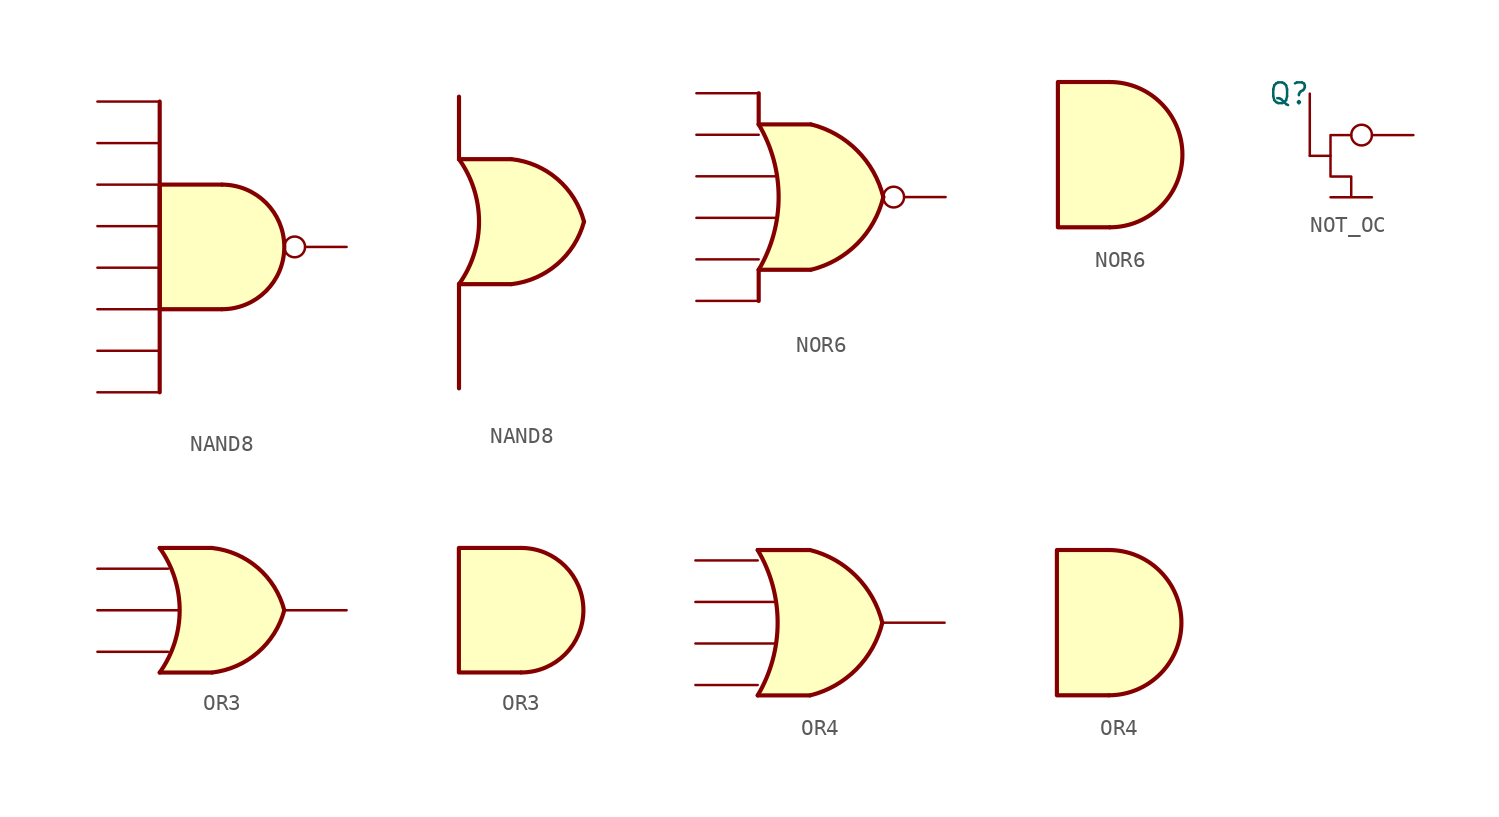
<source format=kicad_sym>
(kicad_symbol_lib
  (version 20211014)
  (generator kicad_symbol_editor)
  (symbol "NAND8"
    (pin_numbers hide)
    (pin_names
      (offset 1.016))
    (property "Reference" "NAND_"
      (at 0 0 0)
      (effects (font (size 1.27 1.27)) hide))
    (symbol "NAND8_1_1"
      (arc (start 0 -3.81) (mid 3.81 0) (end 0 3.81) (stroke (width 0.254) (type default) (color 0 0 0 0)) (fill (type background)))
      (polyline (pts (xy -3.81 8.89) (xy -3.81 -8.89)) (stroke (width 0.254) (type default) (color 0 0 0 0)) (fill (type none)))
      (polyline (pts (xy 0 3.81) (xy -3.81 3.81) (xy -3.81 -3.81) (xy 0 -3.81)) (stroke (width 0.254) (type default) (color 0 0 0 0)) (fill (type background)))
      (pin output inverted (at 7.62 0 180) (length 3.81) (name "~" (effects (font (size 1.27 1.27)))) (number "1" (effects (font (size 1.27 1.27)))))
      (pin input line (at -7.62 8.89 0) (length 3.81) (name "~" (effects (font (size 1.27 1.27)))) (number "2" (effects (font (size 1.27 1.27)))))
      (pin input line (at -7.62 6.35 0) (length 3.81) (name "~" (effects (font (size 1.27 1.27)))) (number "3" (effects (font (size 1.27 1.27)))))
      (pin input line (at -7.62 3.81 0) (length 3.81) (name "~" (effects (font (size 1.27 1.27)))) (number "4" (effects (font (size 1.27 1.27)))))
      (pin input line (at -7.62 1.27 0) (length 3.81) (name "~" (effects (font (size 1.27 1.27)))) (number "5" (effects (font (size 1.27 1.27)))))
      (pin input line (at -7.62 -1.27 0) (length 3.81) (name "~" (effects (font (size 1.27 1.27)))) (number "6" (effects (font (size 1.27 1.27)))))
      (pin input line (at -7.62 -3.81 0) (length 3.81) (name "~" (effects (font (size 1.27 1.27)))) (number "7" (effects (font (size 1.27 1.27)))))
      (pin input line (at -7.62 -6.35 0) (length 3.81) (name "~" (effects (font (size 1.27 1.27)))) (number "8" (effects (font (size 1.27 1.27)))))
      (pin input line (at -7.62 -8.89 0) (length 3.81) (name "~" (effects (font (size 1.27 1.27)))) (number "9" (effects (font (size 1.27 1.27))))))
    (symbol "NAND8_1_2"
      (arc (start -3.81 -3.81) (mid -2.589 0) (end -3.81 3.81) (stroke (width 0.254) (type default) (color 0 0 0 0)) (fill (type none)))
      (arc (start -0.6096 -3.81) (mid 2.1855 -2.584) (end 3.81 0) (stroke (width 0.254) (type default) (color 0 0 0 0)) (fill (type background)))
      (polyline (pts (xy -3.81 -3.81) (xy -3.81 -10.16)) (stroke (width 0.254) (type default) (color 0 0 0 0)) (fill (type none)))
      (polyline (pts (xy -3.81 -3.81) (xy -0.635 -3.81)) (stroke (width 0.254) (type default) (color 0 0 0 0)) (fill (type background)))
      (polyline (pts (xy -3.81 3.81) (xy -0.635 3.81)) (stroke (width 0.254) (type default) (color 0 0 0 0)) (fill (type background)))
      (polyline (pts (xy -3.81 7.62) (xy -3.81 3.81)) (stroke (width 0.254) (type default) (color 0 0 0 0)) (fill (type none)))
      (polyline (pts (xy -0.635 3.81) (xy -3.81 3.81) (xy -3.81 3.81) (xy -3.556 3.404) (xy -3.023 2.261) (xy -2.692 1.041) (xy -2.616 -0.254) (xy -2.769 -1.499) (xy -3.175 -2.718) (xy -3.81 -3.81) (xy -3.81 -3.81) (xy -0.635 -3.81)) (stroke (width -25.4) (type default) (color 0 0 0 0)) (fill (type background)))
      (arc (start 3.81 0) (mid 2.1928 2.5925) (end -0.6096 3.81) (stroke (width 0.254) (type default) (color 0 0 0 0)) (fill (type background)))))
  (symbol "NOR6"
    (pin_numbers hide)
    (pin_names
      (offset 1.016))
    (property "Reference" "NOR_"
      (at 0 0 0)
      (effects (font (size 1.27 1.27)) hide))
    (symbol "NOR6_0_1"
      (polyline (pts (xy -3.81 -6.35) (xy -3.81 -4.445)) (stroke (width 0.254) (type default) (color 0 0 0 0)) (fill (type none)))
      (polyline (pts (xy -3.81 4.445) (xy -3.81 6.35)) (stroke (width 0.254) (type default) (color 0 0 0 0)) (fill (type none))))
    (symbol "NOR6_1_1"
      (arc (start -3.81 -4.445) (mid -2.5908 0) (end -3.81 4.445) (stroke (width 0.254) (type default) (color 0 0 0 0)) (fill (type none)))
      (arc (start -0.6096 -4.445) (mid 2.224 -2.8428) (end 3.81 0) (stroke (width 0.254) (type default) (color 0 0 0 0)) (fill (type background)))
      (polyline (pts (xy -3.81 -4.445) (xy -0.635 -4.445)) (stroke (width 0.254) (type default) (color 0 0 0 0)) (fill (type background)))
      (polyline (pts (xy -3.81 4.445) (xy -0.635 4.445)) (stroke (width 0.254) (type default) (color 0 0 0 0)) (fill (type background)))
      (polyline (pts (xy -0.635 4.445) (xy -3.81 4.445) (xy -3.81 4.445) (xy -3.632 4.089) (xy -3.099 2.921) (xy -2.769 1.676) (xy -2.616 0.432) (xy -2.642 -0.864) (xy -2.87 -2.108) (xy -3.251 -3.327) (xy -3.81 -4.445) (xy -3.81 -4.445) (xy -0.635 -4.445)) (stroke (width -25.4) (type default) (color 0 0 0 0)) (fill (type background)))
      (arc (start 3.81 0) (mid 2.2198 2.8386) (end -0.6096 4.445) (stroke (width 0.254) (type default) (color 0 0 0 0)) (fill (type background)))
      (pin output inverted (at 7.62 0 180) (length 3.81) (name "~" (effects (font (size 1.27 1.27)))) (number "1" (effects (font (size 1.27 1.27)))))
      (pin input line (at -7.62 6.35 0) (length 3.81) (name "~" (effects (font (size 1.27 1.27)))) (number "2" (effects (font (size 1.27 1.27)))))
      (pin input line (at -7.62 3.81 0) (length 3.81) (name "~" (effects (font (size 1.27 1.27)))) (number "3" (effects (font (size 1.27 1.27)))))
      (pin input line (at -7.62 1.27 0) (length 4.826) (name "~" (effects (font (size 1.27 1.27)))) (number "4" (effects (font (size 1.27 1.27)))))
      (pin input line (at -7.62 -1.27 0) (length 4.826) (name "~" (effects (font (size 1.27 1.27)))) (number "5" (effects (font (size 1.27 1.27)))))
      (pin input line (at -7.62 -3.81 0) (length 3.81) (name "~" (effects (font (size 1.27 1.27)))) (number "6" (effects (font (size 1.27 1.27)))))
      (pin input line (at -7.62 -6.35 0) (length 3.81) (name "~" (effects (font (size 1.27 1.27)))) (number "7" (effects (font (size 1.27 1.27))))))
    (symbol "NOR6_1_2"
      (arc (start -0.635 -4.445) (mid 3.81 0) (end -0.635 4.445) (stroke (width 0.254) (type default) (color 0 0 0 0)) (fill (type background)))
      (polyline (pts (xy -0.635 4.445) (xy -3.81 4.445) (xy -3.81 -4.445) (xy -0.635 -4.445)) (stroke (width 0.254) (type default) (color 0 0 0 0)) (fill (type background)))))
  (symbol "NOT_OC"
    (pin_numbers hide)
    (property "Reference" "Q"
      (at -1.27 3.81 0)
      (effects (font (size 1.27 1.27))))
    (symbol "NOT_OC_0_1"
      (polyline (pts (xy 1.27 0) (xy 0 0)) (stroke (width 0) (type default) (color 0 0 0 0)) (fill (type none)))
      (polyline (pts (xy 2.54 1.27) (xy 1.27 1.27) (xy 1.27 -1.27) (xy 2.54 -1.27) (xy 2.54 -2.54) (xy 1.27 -2.54) (xy 3.81 -2.54)) (stroke (width 0) (type default) (color 0 0 0 0)) (fill (type none))))
    (symbol "NOT_OC_1_0"
      (pin open_collector inverted (at 6.35 1.27 180) (length 3.81) (name "~" (effects (font (size 1.27 1.27)))) (number "1" (effects (font (size 1.27 1.27)))))
      (pin input line (at 0 3.81 270) (length 3.81) (name "~" (effects (font (size 1.27 1.27)))) (number "2" (effects (font (size 1.27 1.27)))))))
  (symbol "OR3"
    (pin_numbers hide)
    (pin_names
      (offset 1.016))
    (property "Reference" "OR_"
      (at 0 0 0)
      (effects (font (size 1.27 1.27)) hide))
    (symbol "OR3_1_1"
      (arc (start -3.81 -3.81) (mid -2.589 0) (end -3.81 3.81) (stroke (width 0.254) (type default) (color 0 0 0 0)) (fill (type none)))
      (arc (start -0.6096 -3.81) (mid 2.1855 -2.584) (end 3.81 0) (stroke (width 0.254) (type default) (color 0 0 0 0)) (fill (type background)))
      (polyline (pts (xy -3.81 -3.81) (xy -0.635 -3.81)) (stroke (width 0.254) (type default) (color 0 0 0 0)) (fill (type background)))
      (polyline (pts (xy -3.81 3.81) (xy -0.635 3.81)) (stroke (width 0.254) (type default) (color 0 0 0 0)) (fill (type background)))
      (polyline (pts (xy -0.635 3.81) (xy -3.81 3.81) (xy -3.81 3.81) (xy -3.556 3.404) (xy -3.023 2.261) (xy -2.692 1.041) (xy -2.616 -0.254) (xy -2.769 -1.499) (xy -3.175 -2.718) (xy -3.81 -3.81) (xy -3.81 -3.81) (xy -0.635 -3.81)) (stroke (width -25.4) (type default) (color 0 0 0 0)) (fill (type background)))
      (arc (start 3.81 0) (mid 2.1928 2.5925) (end -0.6096 3.81) (stroke (width 0.254) (type default) (color 0 0 0 0)) (fill (type background)))
      (pin output line (at 7.62 0 180) (length 3.81) (name "~" (effects (font (size 1.27 1.27)))) (number "1" (effects (font (size 1.27 1.27)))))
      (pin input line (at -7.62 2.54 0) (length 4.318) (name "~" (effects (font (size 1.27 1.27)))) (number "2" (effects (font (size 1.27 1.27)))))
      (pin input line (at -7.62 0 0) (length 4.953) (name "~" (effects (font (size 1.27 1.27)))) (number "3" (effects (font (size 1.27 1.27)))))
      (pin input line (at -7.62 -2.54 0) (length 4.318) (name "~" (effects (font (size 1.27 1.27)))) (number "4" (effects (font (size 1.27 1.27))))))
    (symbol "OR3_1_2"
      (arc (start 0 -3.81) (mid 3.81 0) (end 0 3.81) (stroke (width 0.254) (type default) (color 0 0 0 0)) (fill (type background)))
      (polyline (pts (xy 0 3.81) (xy -3.81 3.81) (xy -3.81 -3.81) (xy 0 -3.81)) (stroke (width 0.254) (type default) (color 0 0 0 0)) (fill (type background)))))
  (symbol "OR4"
    (pin_numbers hide)
    (pin_names
      (offset 1.016))
    (property "Reference" "OR_"
      (at 0 0 0)
      (effects (font (size 1.27 1.27)) hide))
    (symbol "OR4_1_1"
      (arc (start -3.81 -4.445) (mid -2.5908 0) (end -3.81 4.445) (stroke (width 0.254) (type default) (color 0 0 0 0)) (fill (type none)))
      (arc (start -0.6096 -4.445) (mid 2.224 -2.8428) (end 3.81 0) (stroke (width 0.254) (type default) (color 0 0 0 0)) (fill (type background)))
      (polyline (pts (xy -3.81 -4.445) (xy -0.635 -4.445)) (stroke (width 0.254) (type default) (color 0 0 0 0)) (fill (type background)))
      (polyline (pts (xy -3.81 4.445) (xy -0.635 4.445)) (stroke (width 0.254) (type default) (color 0 0 0 0)) (fill (type background)))
      (polyline (pts (xy -0.635 4.445) (xy -3.81 4.445) (xy -3.81 4.445) (xy -3.632 4.089) (xy -3.099 2.921) (xy -2.769 1.676) (xy -2.616 0.432) (xy -2.642 -0.864) (xy -2.87 -2.108) (xy -3.251 -3.327) (xy -3.81 -4.445) (xy -3.81 -4.445) (xy -0.635 -4.445)) (stroke (width -25.4) (type default) (color 0 0 0 0)) (fill (type background)))
      (arc (start 3.81 0) (mid 2.2198 2.8386) (end -0.6096 4.445) (stroke (width 0.254) (type default) (color 0 0 0 0)) (fill (type background)))
      (pin output line (at 7.62 0 180) (length 3.81) (name "~" (effects (font (size 1.27 1.27)))) (number "1" (effects (font (size 1.27 1.27)))))
      (pin input line (at -7.62 3.81 0) (length 3.81) (name "~" (effects (font (size 1.27 1.27)))) (number "2" (effects (font (size 1.27 1.27)))))
      (pin input line (at -7.62 1.27 0) (length 4.826) (name "~" (effects (font (size 1.27 1.27)))) (number "3" (effects (font (size 1.27 1.27)))))
      (pin input line (at -7.62 -1.27 0) (length 4.826) (name "~" (effects (font (size 1.27 1.27)))) (number "4" (effects (font (size 1.27 1.27)))))
      (pin input line (at -7.62 -3.81 0) (length 3.81) (name "~" (effects (font (size 1.27 1.27)))) (number "5" (effects (font (size 1.27 1.27))))))
    (symbol "OR4_1_2"
      (arc (start -0.635 -4.445) (mid 3.81 0) (end -0.635 4.445) (stroke (width 0.254) (type default) (color 0 0 0 0)) (fill (type background)))
      (polyline (pts (xy -0.635 4.445) (xy -3.81 4.445) (xy -3.81 -4.445) (xy -0.635 -4.445)) (stroke (width 0.254) (type default) (color 0 0 0 0)) (fill (type background))))))
</source>
